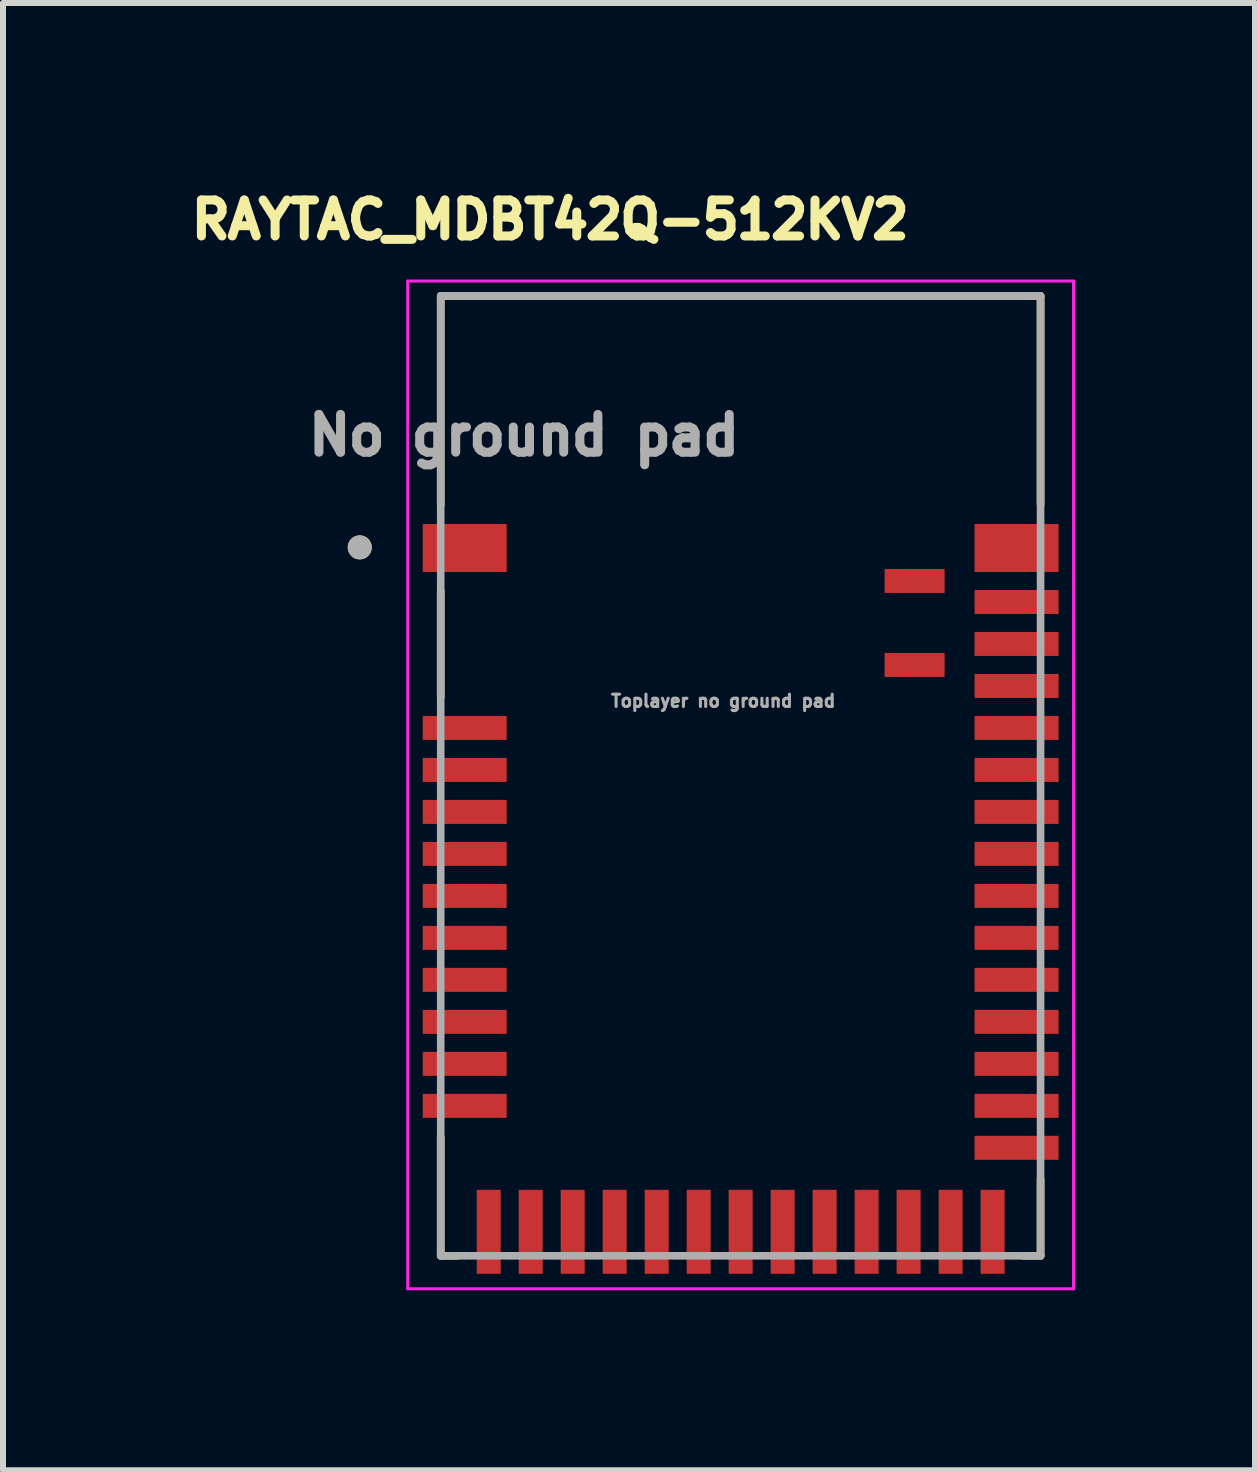
<source format=kicad_pcb>
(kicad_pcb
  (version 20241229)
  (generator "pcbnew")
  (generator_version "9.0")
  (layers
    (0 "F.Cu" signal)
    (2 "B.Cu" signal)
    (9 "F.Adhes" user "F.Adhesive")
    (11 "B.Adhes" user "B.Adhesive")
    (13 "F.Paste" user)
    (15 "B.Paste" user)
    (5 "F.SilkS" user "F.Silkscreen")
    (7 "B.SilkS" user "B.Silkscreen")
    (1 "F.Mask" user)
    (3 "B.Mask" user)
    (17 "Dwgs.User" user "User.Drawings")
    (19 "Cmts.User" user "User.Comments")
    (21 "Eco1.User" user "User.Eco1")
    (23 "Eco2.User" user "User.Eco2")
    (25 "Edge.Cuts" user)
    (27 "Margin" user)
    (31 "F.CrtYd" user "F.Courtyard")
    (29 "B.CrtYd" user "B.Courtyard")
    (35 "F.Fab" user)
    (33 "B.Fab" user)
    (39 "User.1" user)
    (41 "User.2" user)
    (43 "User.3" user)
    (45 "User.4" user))
  (footprint "RAYTAC_MDBT42Q-512KV2"
    (layer "F.Cu")
    (at 9.297 9.885)
    (property "Reference" "RAYTAC_MDBT42Q-512KV2" (at -3.175 -9.271 0) (layer "F.SilkS") (effects (font (size 0.6 0.6) (thickness 0.15))))
    (attr smd)
    (fp_line (start -5 -8) (end 5 -8) (stroke (width 0.127) (type solid)) (layer "F.SilkS"))
    (fp_line (start -5 -4.52) (end -5 -8) (stroke (width 0.127) (type solid)) (layer "F.SilkS"))
    (fp_line (start -5 -1.32) (end -5 -3.08) (stroke (width 0.127) (type solid)) (layer "F.SilkS"))
    (fp_line (start -5 8) (end -5 6.02) (stroke (width 0.127) (type solid)) (layer "F.SilkS"))
    (fp_line (start -4.72 8) (end -5 8) (stroke (width 0.127) (type solid)) (layer "F.SilkS"))
    (fp_line (start 5 -8) (end 5 -4.52) (stroke (width 0.127) (type solid)) (layer "F.SilkS"))
    (fp_line (start 5 6.72) (end 5 8) (stroke (width 0.127) (type solid)) (layer "F.SilkS"))
    (fp_line (start 5 8) (end 4.72 8) (stroke (width 0.127) (type solid)) (layer "F.SilkS"))
    (fp_circle (center -6.35 -3.81) (end -6.25 -3.81) (stroke (width 0.2) (type solid)) (fill no) (layer "F.SilkS"))
    (fp_line (start -5.55 -8.25) (end -5.55 8.55) (stroke (width 0.05) (type solid)) (layer "F.CrtYd"))
    (fp_line (start -5.55 8.55) (end 5.55 8.55) (stroke (width 0.05) (type solid)) (layer "F.CrtYd"))
    (fp_line (start 5.55 -8.25) (end -5.55 -8.25) (stroke (width 0.05) (type solid)) (layer "F.CrtYd"))
    (fp_line (start 5.55 8.55) (end 5.55 -8.25) (stroke (width 0.05) (type solid)) (layer "F.CrtYd"))
    (fp_line (start -5 -8) (end 5 -8) (stroke (width 0.127) (type solid)) (layer "F.Fab"))
    (fp_line (start -5 8) (end -5 -8) (stroke (width 0.127) (type solid)) (layer "F.Fab"))
    (fp_line (start 5 -8) (end 5 8) (stroke (width 0.127) (type solid)) (layer "F.Fab"))
    (fp_line (start 5 8) (end -5 8) (stroke (width 0.127) (type solid)) (layer "F.Fab"))
    (fp_circle (center -6.35 -3.81) (end -6.25 -3.81) (stroke (width 0.2) (type solid)) (fill no) (layer "F.Fab"))
    (fp_text user "Toplayer no ground pad" (at -0.29 -1.25 0) (layer "F.Fab") (effects (font (size 0.205 0.205) (thickness 0.15))))
    (fp_text user "No ground pad" (at -3.61 -5.68 0) (layer "F.Fab") (effects (font (size 0.63 0.63) (thickness 0.15))))
    (pad "1" smd rect (at -4.6 -3.8) (size 1.4 0.8) (layers "F.Cu" "F.Mask" "F.Paste"))
    (pad "2" smd rect (at -4.6 -0.8) (size 1.4 0.4) (layers "F.Cu" "F.Mask" "F.Paste"))
    (pad "3" smd rect (at -4.6 -0.1) (size 1.4 0.4) (layers "F.Cu" "F.Mask" "F.Paste"))
    (pad "4" smd rect (at -4.6 0.6) (size 1.4 0.4) (layers "F.Cu" "F.Mask" "F.Paste"))
    (pad "5" smd rect (at -4.6 1.3) (size 1.4 0.4) (layers "F.Cu" "F.Mask" "F.Paste"))
    (pad "6" smd rect (at -4.6 2) (size 1.4 0.4) (layers "F.Cu" "F.Mask" "F.Paste"))
    (pad "7" smd rect (at -4.6 2.7) (size 1.4 0.4) (layers "F.Cu" "F.Mask" "F.Paste"))
    (pad "8" smd rect (at -4.6 3.4) (size 1.4 0.4) (layers "F.Cu" "F.Mask" "F.Paste"))
    (pad "9" smd rect (at -4.6 4.1) (size 1.4 0.4) (layers "F.Cu" "F.Mask" "F.Paste"))
    (pad "10" smd rect (at -4.6 4.8) (size 1.4 0.4) (layers "F.Cu" "F.Mask" "F.Paste"))
    (pad "11" smd rect (at -4.6 5.5) (size 1.4 0.4) (layers "F.Cu" "F.Mask" "F.Paste"))
    (pad "12" smd rect (at -4.2 7.6 90) (size 1.4 0.4) (layers "F.Cu" "F.Mask" "F.Paste"))
    (pad "13" smd rect (at -3.5 7.6 270) (size 1.4 0.4) (layers "F.Cu" "F.Mask" "F.Paste"))
    (pad "14" smd rect (at -2.8 7.6 90) (size 1.4 0.4) (layers "F.Cu" "F.Mask" "F.Paste"))
    (pad "15" smd rect (at -2.1 7.6 90) (size 1.4 0.4) (layers "F.Cu" "F.Mask" "F.Paste"))
    (pad "16" smd rect (at -1.4 7.6 90) (size 1.4 0.4) (layers "F.Cu" "F.Mask" "F.Paste"))
    (pad "17" smd rect (at -0.7 7.6 90) (size 1.4 0.4) (layers "F.Cu" "F.Mask" "F.Paste"))
    (pad "18" smd rect (at 0 7.6 90) (size 1.4 0.4) (layers "F.Cu" "F.Mask" "F.Paste"))
    (pad "19" smd rect (at 0.7 7.6 90) (size 1.4 0.4) (layers "F.Cu" "F.Mask" "F.Paste"))
    (pad "20" smd rect (at 1.4 7.6 90) (size 1.4 0.4) (layers "F.Cu" "F.Mask" "F.Paste"))
    (pad "21" smd rect (at 2.1 7.6 90) (size 1.4 0.4) (layers "F.Cu" "F.Mask" "F.Paste"))
    (pad "22" smd rect (at 2.8 7.6 90) (size 1.4 0.4) (layers "F.Cu" "F.Mask" "F.Paste"))
    (pad "23" smd rect (at 3.5 7.6 90) (size 1.4 0.4) (layers "F.Cu" "F.Mask" "F.Paste"))
    (pad "24" smd rect (at 4.2 7.6 90) (size 1.4 0.4) (layers "F.Cu" "F.Mask" "F.Paste"))
    (pad "25" smd rect (at 4.6 6.2 180) (size 1.4 0.4) (layers "F.Cu" "F.Mask" "F.Paste"))
    (pad "26" smd rect (at 4.6 5.5 180) (size 1.4 0.4) (layers "F.Cu" "F.Mask" "F.Paste"))
    (pad "27" smd rect (at 4.6 4.8 180) (size 1.4 0.4) (layers "F.Cu" "F.Mask" "F.Paste"))
    (pad "28" smd rect (at 4.6 4.1 180) (size 1.4 0.4) (layers "F.Cu" "F.Mask" "F.Paste"))
    (pad "29" smd rect (at 4.6 3.4 180) (size 1.4 0.4) (layers "F.Cu" "F.Mask" "F.Paste"))
    (pad "30" smd rect (at 4.6 2.7 180) (size 1.4 0.4) (layers "F.Cu" "F.Mask" "F.Paste"))
    (pad "31" smd rect (at 4.6 2 180) (size 1.4 0.4) (layers "F.Cu" "F.Mask" "F.Paste"))
    (pad "32" smd rect (at 4.6 1.3 180) (size 1.4 0.4) (layers "F.Cu" "F.Mask" "F.Paste"))
    (pad "33" smd rect (at 4.6 0.6 180) (size 1.4 0.4) (layers "F.Cu" "F.Mask" "F.Paste"))
    (pad "34" smd rect (at 4.6 -0.1 180) (size 1.4 0.4) (layers "F.Cu" "F.Mask" "F.Paste"))
    (pad "35" smd rect (at 4.6 -0.8 180) (size 1.4 0.4) (layers "F.Cu" "F.Mask" "F.Paste"))
    (pad "36" smd rect (at 4.6 -1.5 180) (size 1.4 0.4) (layers "F.Cu" "F.Mask" "F.Paste"))
    (pad "37" smd rect (at 4.6 -2.2 180) (size 1.4 0.4) (layers "F.Cu" "F.Mask" "F.Paste"))
    (pad "38" smd rect (at 4.6 -2.9 180) (size 1.4 0.4) (layers "F.Cu" "F.Mask" "F.Paste"))
    (pad "39" smd rect (at 4.6 -3.8 180) (size 1.4 0.8) (layers "F.Cu" "F.Mask" "F.Paste"))
    (pad "40" smd rect (at 2.9 -3.25 180) (size 1 0.4) (layers "F.Cu" "F.Mask" "F.Paste"))
    (pad "41" smd rect (at 2.9 -1.85 180) (size 1 0.4) (layers "F.Cu" "F.Mask" "F.Paste"))
    (zone (net_name "") (layer "F.Cu") (hatch full 0.508) (connect_pads) (min_thickness 0.01) (filled_areas_thickness no) (keepout (tracks not_allowed) (vias not_allowed) (pads not_allowed) (copperpour not_allowed) (footprints allowed)) (placement (enabled no)) (fill) (polygon (pts (xy 3.997 1.885) (xy 14.597 1.885) (xy 14.597 5.685) (xy 3.997 5.685))))
    (zone (net_name "") (layer "F.Cu") (hatch full 0.508) (connect_pads) (min_thickness 0.01) (filled_areas_thickness no) (keepout (tracks not_allowed) (vias not_allowed) (pads not_allowed) (copperpour not_allowed) (footprints allowed)) (placement (enabled no)) (fill) (polygon (pts (xy 8.797 5.685) (xy 13.197 5.685) (xy 13.197 8.785) (xy 8.797 8.785))))
    (zone (net_name "") (layers "F.Cu" "B.Cu") (hatch full 0.508) (connect_pads) (min_thickness 0.01) (filled_areas_thickness no) (keepout (tracks allowed) (vias not_allowed) (pads allowed) (copperpour allowed) (footprints allowed)) (placement (enabled no)) (fill) (polygon (pts (xy 3.997 1.885) (xy 14.597 1.885) (xy 14.597 5.685) (xy 3.997 5.685))))
    (zone (net_name "") (layer "B.Cu") (hatch full 0.508) (connect_pads) (min_thickness 0.01) (filled_areas_thickness no) (keepout (tracks not_allowed) (vias not_allowed) (pads not_allowed) (copperpour not_allowed) (footprints allowed)) (placement (enabled no)) (fill) (polygon (pts (xy 3.997 1.885) (xy 14.597 1.885) (xy 14.597 5.685) (xy 3.997 5.685)))))
  (gr_rect
    (start -3 -3)
    (end 17.872 21.46)
    (stroke (width 0.1) (type default))
    (fill no)
    (layer "Edge.Cuts")))
</source>
